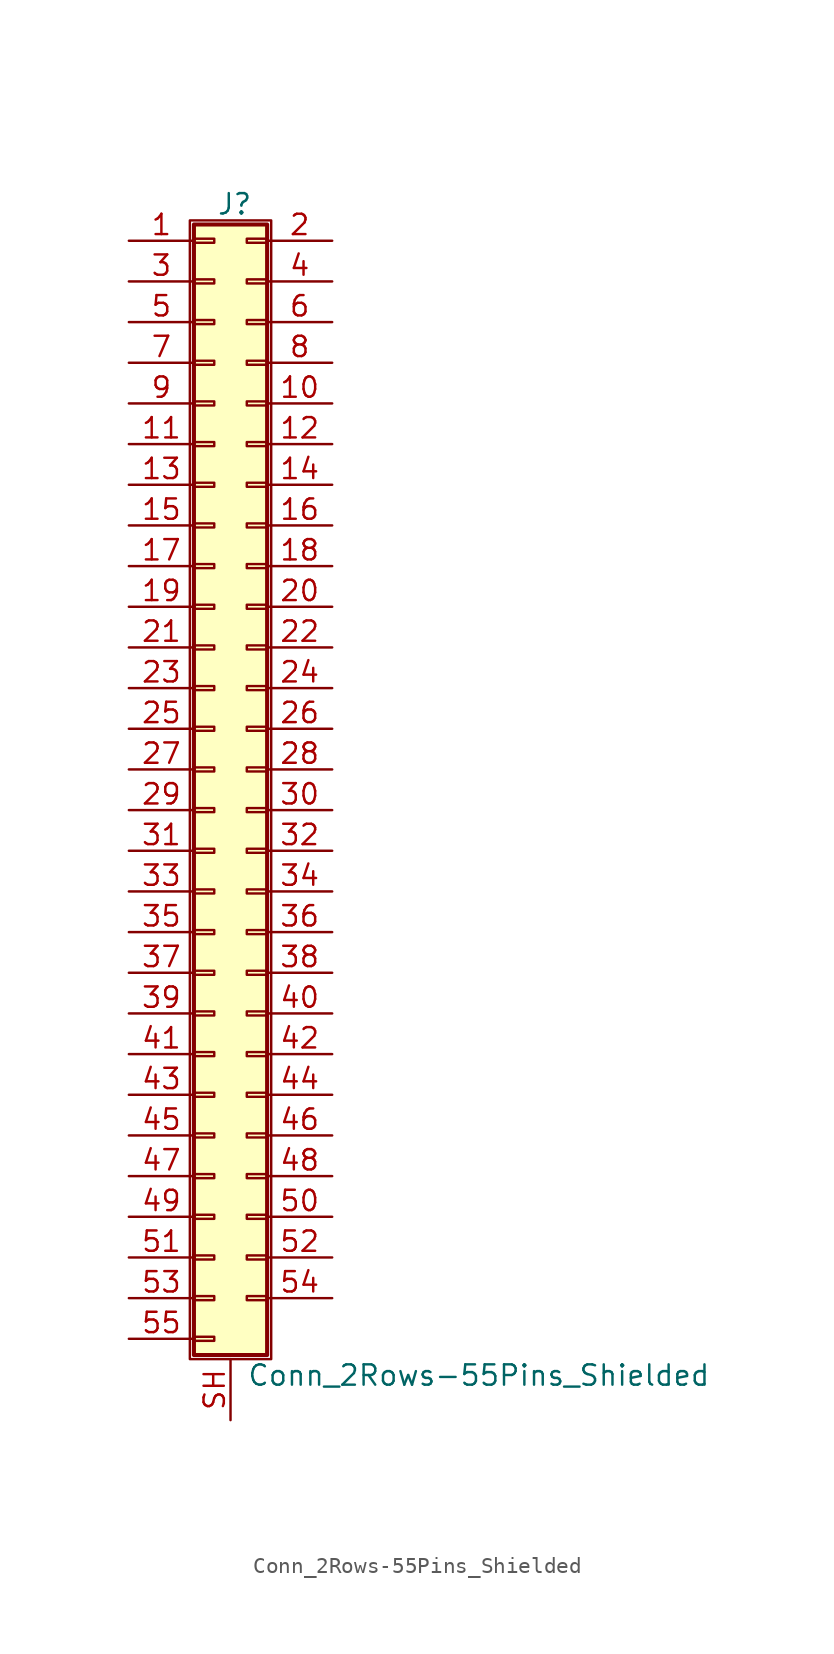
<source format=kicad_sym>
(kicad_symbol_lib
  (version 20220914)
  (generator kicad_symbol_editor)
  (symbol "Conn_2Rows-55Pins_Shielded"
    (pin_names
      (offset 1.016) hide)
    (property "Reference" "J"
      (at 1.524 35.306 0)
      (effects (font (size 1.27 1.27))))
    (property "Value" "Conn_2Rows-55Pins_Shielded"
      (at 2.286 -37.846 0)
      (effects (font (size 1.27 1.27)) (justify left)))
    (symbol "Conn_2Rows-55Pins_Shielded_1_1"
      (rectangle (start -1.27 34.29) (end 3.81 -36.83) (stroke (width 0.152) (type default)) (fill (type none)))
      (rectangle (start -1.016 -35.433) (end 0.254 -35.687) (stroke (width 0.152) (type default)) (fill (type none)))
      (rectangle (start -1.016 -32.893) (end 0.254 -33.147) (stroke (width 0.152) (type default)) (fill (type none)))
      (rectangle (start -1.016 -30.353) (end 0.254 -30.607) (stroke (width 0.152) (type default)) (fill (type none)))
      (rectangle (start -1.016 -27.813) (end 0.254 -28.067) (stroke (width 0.152) (type default)) (fill (type none)))
      (rectangle (start -1.016 -25.273) (end 0.254 -25.527) (stroke (width 0.152) (type default)) (fill (type none)))
      (rectangle (start -1.016 -22.733) (end 0.254 -22.987) (stroke (width 0.152) (type default)) (fill (type none)))
      (rectangle (start -1.016 -20.193) (end 0.254 -20.447) (stroke (width 0.152) (type default)) (fill (type none)))
      (rectangle (start -1.016 -17.653) (end 0.254 -17.907) (stroke (width 0.152) (type default)) (fill (type none)))
      (rectangle (start -1.016 -15.113) (end 0.254 -15.367) (stroke (width 0.152) (type default)) (fill (type none)))
      (rectangle (start -1.016 -12.573) (end 0.254 -12.827) (stroke (width 0.152) (type default)) (fill (type none)))
      (rectangle (start -1.016 -10.033) (end 0.254 -10.287) (stroke (width 0.152) (type default)) (fill (type none)))
      (rectangle (start -1.016 -7.493) (end 0.254 -7.747) (stroke (width 0.152) (type default)) (fill (type none)))
      (rectangle (start -1.016 -4.953) (end 0.254 -5.207) (stroke (width 0.152) (type default)) (fill (type none)))
      (rectangle (start -1.016 -2.413) (end 0.254 -2.667) (stroke (width 0.152) (type default)) (fill (type none)))
      (rectangle (start -1.016 0.127) (end 0.254 -0.127) (stroke (width 0.152) (type default)) (fill (type none)))
      (rectangle (start -1.016 2.667) (end 0.254 2.413) (stroke (width 0.152) (type default)) (fill (type none)))
      (rectangle (start -1.016 5.207) (end 0.254 4.953) (stroke (width 0.152) (type default)) (fill (type none)))
      (rectangle (start -1.016 7.747) (end 0.254 7.493) (stroke (width 0.152) (type default)) (fill (type none)))
      (rectangle (start -1.016 10.287) (end 0.254 10.033) (stroke (width 0.152) (type default)) (fill (type none)))
      (rectangle (start -1.016 12.827) (end 0.254 12.573) (stroke (width 0.152) (type default)) (fill (type none)))
      (rectangle (start -1.016 15.367) (end 0.254 15.113) (stroke (width 0.152) (type default)) (fill (type none)))
      (rectangle (start -1.016 17.907) (end 0.254 17.653) (stroke (width 0.152) (type default)) (fill (type none)))
      (rectangle (start -1.016 20.447) (end 0.254 20.193) (stroke (width 0.152) (type default)) (fill (type none)))
      (rectangle (start -1.016 22.987) (end 0.254 22.733) (stroke (width 0.152) (type default)) (fill (type none)))
      (rectangle (start -1.016 25.527) (end 0.254 25.273) (stroke (width 0.152) (type default)) (fill (type none)))
      (rectangle (start -1.016 28.067) (end 0.254 27.813) (stroke (width 0.152) (type default)) (fill (type none)))
      (rectangle (start -1.016 30.607) (end 0.254 30.353) (stroke (width 0.152) (type default)) (fill (type none)))
      (rectangle (start -1.016 33.147) (end 0.254 32.893) (stroke (width 0.152) (type default)) (fill (type none)))
      (rectangle (start -1.016 34.036) (end 3.556 -36.576) (stroke (width 0.254) (type default)) (fill (type background)))
      (rectangle (start 3.556 -32.893) (end 2.286 -33.147) (stroke (width 0.152) (type default)) (fill (type none)))
      (rectangle (start 3.556 -30.353) (end 2.286 -30.607) (stroke (width 0.152) (type default)) (fill (type none)))
      (rectangle (start 3.556 -27.813) (end 2.286 -28.067) (stroke (width 0.152) (type default)) (fill (type none)))
      (rectangle (start 3.556 -25.273) (end 2.286 -25.527) (stroke (width 0.152) (type default)) (fill (type none)))
      (rectangle (start 3.556 -22.733) (end 2.286 -22.987) (stroke (width 0.152) (type default)) (fill (type none)))
      (rectangle (start 3.556 -20.193) (end 2.286 -20.447) (stroke (width 0.152) (type default)) (fill (type none)))
      (rectangle (start 3.556 -17.653) (end 2.286 -17.907) (stroke (width 0.152) (type default)) (fill (type none)))
      (rectangle (start 3.556 -15.113) (end 2.286 -15.367) (stroke (width 0.152) (type default)) (fill (type none)))
      (rectangle (start 3.556 -12.573) (end 2.286 -12.827) (stroke (width 0.152) (type default)) (fill (type none)))
      (rectangle (start 3.556 -10.033) (end 2.286 -10.287) (stroke (width 0.152) (type default)) (fill (type none)))
      (rectangle (start 3.556 -7.493) (end 2.286 -7.747) (stroke (width 0.152) (type default)) (fill (type none)))
      (rectangle (start 3.556 -4.953) (end 2.286 -5.207) (stroke (width 0.152) (type default)) (fill (type none)))
      (rectangle (start 3.556 -2.413) (end 2.286 -2.667) (stroke (width 0.152) (type default)) (fill (type none)))
      (rectangle (start 3.556 0.127) (end 2.286 -0.127) (stroke (width 0.152) (type default)) (fill (type none)))
      (rectangle (start 3.556 2.667) (end 2.286 2.413) (stroke (width 0.152) (type default)) (fill (type none)))
      (rectangle (start 3.556 5.207) (end 2.286 4.953) (stroke (width 0.152) (type default)) (fill (type none)))
      (rectangle (start 3.556 7.747) (end 2.286 7.493) (stroke (width 0.152) (type default)) (fill (type none)))
      (rectangle (start 3.556 10.287) (end 2.286 10.033) (stroke (width 0.152) (type default)) (fill (type none)))
      (rectangle (start 3.556 12.827) (end 2.286 12.573) (stroke (width 0.152) (type default)) (fill (type none)))
      (rectangle (start 3.556 15.367) (end 2.286 15.113) (stroke (width 0.152) (type default)) (fill (type none)))
      (rectangle (start 3.556 17.907) (end 2.286 17.653) (stroke (width 0.152) (type default)) (fill (type none)))
      (rectangle (start 3.556 20.447) (end 2.286 20.193) (stroke (width 0.152) (type default)) (fill (type none)))
      (rectangle (start 3.556 22.987) (end 2.286 22.733) (stroke (width 0.152) (type default)) (fill (type none)))
      (rectangle (start 3.556 25.527) (end 2.286 25.273) (stroke (width 0.152) (type default)) (fill (type none)))
      (rectangle (start 3.556 28.067) (end 2.286 27.813) (stroke (width 0.152) (type default)) (fill (type none)))
      (rectangle (start 3.556 30.607) (end 2.286 30.353) (stroke (width 0.152) (type default)) (fill (type none)))
      (rectangle (start 3.556 33.147) (end 2.286 32.893) (stroke (width 0.152) (type default)) (fill (type none)))
      (pin passive line (at -5.08 33.02 0) (length 4.064) (name "Pin_1" (effects (font (size 1.27 1.27)))) (number "1" (effects (font (size 1.27 1.27)))))
      (pin passive line (at 7.62 22.86 180) (length 4.064) (name "Pin_10" (effects (font (size 1.27 1.27)))) (number "10" (effects (font (size 1.27 1.27)))))
      (pin passive line (at -5.08 20.32 0) (length 4.064) (name "Pin_11" (effects (font (size 1.27 1.27)))) (number "11" (effects (font (size 1.27 1.27)))))
      (pin passive line (at 7.62 20.32 180) (length 4.064) (name "Pin_12" (effects (font (size 1.27 1.27)))) (number "12" (effects (font (size 1.27 1.27)))))
      (pin passive line (at -5.08 17.78 0) (length 4.064) (name "Pin_13" (effects (font (size 1.27 1.27)))) (number "13" (effects (font (size 1.27 1.27)))))
      (pin passive line (at 7.62 17.78 180) (length 4.064) (name "Pin_14" (effects (font (size 1.27 1.27)))) (number "14" (effects (font (size 1.27 1.27)))))
      (pin passive line (at -5.08 15.24 0) (length 4.064) (name "Pin_15" (effects (font (size 1.27 1.27)))) (number "15" (effects (font (size 1.27 1.27)))))
      (pin passive line (at 7.62 15.24 180) (length 4.064) (name "Pin_16" (effects (font (size 1.27 1.27)))) (number "16" (effects (font (size 1.27 1.27)))))
      (pin passive line (at -5.08 12.7 0) (length 4.064) (name "Pin_17" (effects (font (size 1.27 1.27)))) (number "17" (effects (font (size 1.27 1.27)))))
      (pin passive line (at 7.62 12.7 180) (length 4.064) (name "Pin_18" (effects (font (size 1.27 1.27)))) (number "18" (effects (font (size 1.27 1.27)))))
      (pin passive line (at -5.08 10.16 0) (length 4.064) (name "Pin_19" (effects (font (size 1.27 1.27)))) (number "19" (effects (font (size 1.27 1.27)))))
      (pin passive line (at 7.62 33.02 180) (length 4.064) (name "Pin_2" (effects (font (size 1.27 1.27)))) (number "2" (effects (font (size 1.27 1.27)))))
      (pin passive line (at 7.62 10.16 180) (length 4.064) (name "Pin_20" (effects (font (size 1.27 1.27)))) (number "20" (effects (font (size 1.27 1.27)))))
      (pin passive line (at -5.08 7.62 0) (length 4.064) (name "Pin_21" (effects (font (size 1.27 1.27)))) (number "21" (effects (font (size 1.27 1.27)))))
      (pin passive line (at 7.62 7.62 180) (length 4.064) (name "Pin_22" (effects (font (size 1.27 1.27)))) (number "22" (effects (font (size 1.27 1.27)))))
      (pin passive line (at -5.08 5.08 0) (length 4.064) (name "Pin_23" (effects (font (size 1.27 1.27)))) (number "23" (effects (font (size 1.27 1.27)))))
      (pin passive line (at 7.62 5.08 180) (length 4.064) (name "Pin_24" (effects (font (size 1.27 1.27)))) (number "24" (effects (font (size 1.27 1.27)))))
      (pin passive line (at -5.08 2.54 0) (length 4.064) (name "Pin_25" (effects (font (size 1.27 1.27)))) (number "25" (effects (font (size 1.27 1.27)))))
      (pin passive line (at 7.62 2.54 180) (length 4.064) (name "Pin_26" (effects (font (size 1.27 1.27)))) (number "26" (effects (font (size 1.27 1.27)))))
      (pin passive line (at -5.08 0 0) (length 4.064) (name "Pin_27" (effects (font (size 1.27 1.27)))) (number "27" (effects (font (size 1.27 1.27)))))
      (pin passive line (at 7.62 0 180) (length 4.064) (name "Pin_28" (effects (font (size 1.27 1.27)))) (number "28" (effects (font (size 1.27 1.27)))))
      (pin passive line (at -5.08 -2.54 0) (length 4.064) (name "Pin_29" (effects (font (size 1.27 1.27)))) (number "29" (effects (font (size 1.27 1.27)))))
      (pin passive line (at -5.08 30.48 0) (length 4.064) (name "Pin_3" (effects (font (size 1.27 1.27)))) (number "3" (effects (font (size 1.27 1.27)))))
      (pin passive line (at 7.62 -2.54 180) (length 4.064) (name "Pin_30" (effects (font (size 1.27 1.27)))) (number "30" (effects (font (size 1.27 1.27)))))
      (pin passive line (at -5.08 -5.08 0) (length 4.064) (name "Pin_31" (effects (font (size 1.27 1.27)))) (number "31" (effects (font (size 1.27 1.27)))))
      (pin passive line (at 7.62 -5.08 180) (length 4.064) (name "Pin_32" (effects (font (size 1.27 1.27)))) (number "32" (effects (font (size 1.27 1.27)))))
      (pin passive line (at -5.08 -7.62 0) (length 4.064) (name "Pin_33" (effects (font (size 1.27 1.27)))) (number "33" (effects (font (size 1.27 1.27)))))
      (pin passive line (at 7.62 -7.62 180) (length 4.064) (name "Pin_34" (effects (font (size 1.27 1.27)))) (number "34" (effects (font (size 1.27 1.27)))))
      (pin passive line (at -5.08 -10.16 0) (length 4.064) (name "Pin_35" (effects (font (size 1.27 1.27)))) (number "35" (effects (font (size 1.27 1.27)))))
      (pin passive line (at 7.62 -10.16 180) (length 4.064) (name "Pin_36" (effects (font (size 1.27 1.27)))) (number "36" (effects (font (size 1.27 1.27)))))
      (pin passive line (at -5.08 -12.7 0) (length 4.064) (name "Pin_37" (effects (font (size 1.27 1.27)))) (number "37" (effects (font (size 1.27 1.27)))))
      (pin passive line (at 7.62 -12.7 180) (length 4.064) (name "Pin_38" (effects (font (size 1.27 1.27)))) (number "38" (effects (font (size 1.27 1.27)))))
      (pin passive line (at -5.08 -15.24 0) (length 4.064) (name "Pin_39" (effects (font (size 1.27 1.27)))) (number "39" (effects (font (size 1.27 1.27)))))
      (pin passive line (at 7.62 30.48 180) (length 4.064) (name "Pin_4" (effects (font (size 1.27 1.27)))) (number "4" (effects (font (size 1.27 1.27)))))
      (pin passive line (at 7.62 -15.24 180) (length 4.064) (name "Pin_40" (effects (font (size 1.27 1.27)))) (number "40" (effects (font (size 1.27 1.27)))))
      (pin passive line (at -5.08 -17.78 0) (length 4.064) (name "Pin_41" (effects (font (size 1.27 1.27)))) (number "41" (effects (font (size 1.27 1.27)))))
      (pin passive line (at 7.62 -17.78 180) (length 4.064) (name "Pin_42" (effects (font (size 1.27 1.27)))) (number "42" (effects (font (size 1.27 1.27)))))
      (pin passive line (at -5.08 -20.32 0) (length 4.064) (name "Pin_43" (effects (font (size 1.27 1.27)))) (number "43" (effects (font (size 1.27 1.27)))))
      (pin passive line (at 7.62 -20.32 180) (length 4.064) (name "Pin_44" (effects (font (size 1.27 1.27)))) (number "44" (effects (font (size 1.27 1.27)))))
      (pin passive line (at -5.08 -22.86 0) (length 4.064) (name "Pin_45" (effects (font (size 1.27 1.27)))) (number "45" (effects (font (size 1.27 1.27)))))
      (pin passive line (at 7.62 -22.86 180) (length 4.064) (name "Pin_46" (effects (font (size 1.27 1.27)))) (number "46" (effects (font (size 1.27 1.27)))))
      (pin passive line (at -5.08 -25.4 0) (length 4.064) (name "Pin_47" (effects (font (size 1.27 1.27)))) (number "47" (effects (font (size 1.27 1.27)))))
      (pin passive line (at 7.62 -25.4 180) (length 4.064) (name "Pin_48" (effects (font (size 1.27 1.27)))) (number "48" (effects (font (size 1.27 1.27)))))
      (pin passive line (at -5.08 -27.94 0) (length 4.064) (name "Pin_49" (effects (font (size 1.27 1.27)))) (number "49" (effects (font (size 1.27 1.27)))))
      (pin passive line (at -5.08 27.94 0) (length 4.064) (name "Pin_5" (effects (font (size 1.27 1.27)))) (number "5" (effects (font (size 1.27 1.27)))))
      (pin passive line (at 7.62 -27.94 180) (length 4.064) (name "Pin_50" (effects (font (size 1.27 1.27)))) (number "50" (effects (font (size 1.27 1.27)))))
      (pin passive line (at -5.08 -30.48 0) (length 4.064) (name "Pin_51" (effects (font (size 1.27 1.27)))) (number "51" (effects (font (size 1.27 1.27)))))
      (pin passive line (at 7.62 -30.48 180) (length 4.064) (name "Pin_52" (effects (font (size 1.27 1.27)))) (number "52" (effects (font (size 1.27 1.27)))))
      (pin passive line (at -5.08 -33.02 0) (length 4.064) (name "Pin_53" (effects (font (size 1.27 1.27)))) (number "53" (effects (font (size 1.27 1.27)))))
      (pin passive line (at 7.62 -33.02 180) (length 4.064) (name "Pin_54" (effects (font (size 1.27 1.27)))) (number "54" (effects (font (size 1.27 1.27)))))
      (pin passive line (at -5.08 -35.56 0) (length 4.064) (name "Pin_55" (effects (font (size 1.27 1.27)))) (number "55" (effects (font (size 1.27 1.27)))))
      (pin passive line (at 7.62 27.94 180) (length 4.064) (name "Pin_6" (effects (font (size 1.27 1.27)))) (number "6" (effects (font (size 1.27 1.27)))))
      (pin passive line (at -5.08 25.4 0) (length 4.064) (name "Pin_7" (effects (font (size 1.27 1.27)))) (number "7" (effects (font (size 1.27 1.27)))))
      (pin passive line (at 7.62 25.4 180) (length 4.064) (name "Pin_8" (effects (font (size 1.27 1.27)))) (number "8" (effects (font (size 1.27 1.27)))))
      (pin passive line (at -5.08 22.86 0) (length 4.064) (name "Pin_9" (effects (font (size 1.27 1.27)))) (number "9" (effects (font (size 1.27 1.27)))))
      (pin passive line (at 1.27 -40.64 90) (length 3.81) (name "Shield" (effects (font (size 1.27 1.27)))) (number "SH" (effects (font (size 1.27 1.27))))))))
</source>
